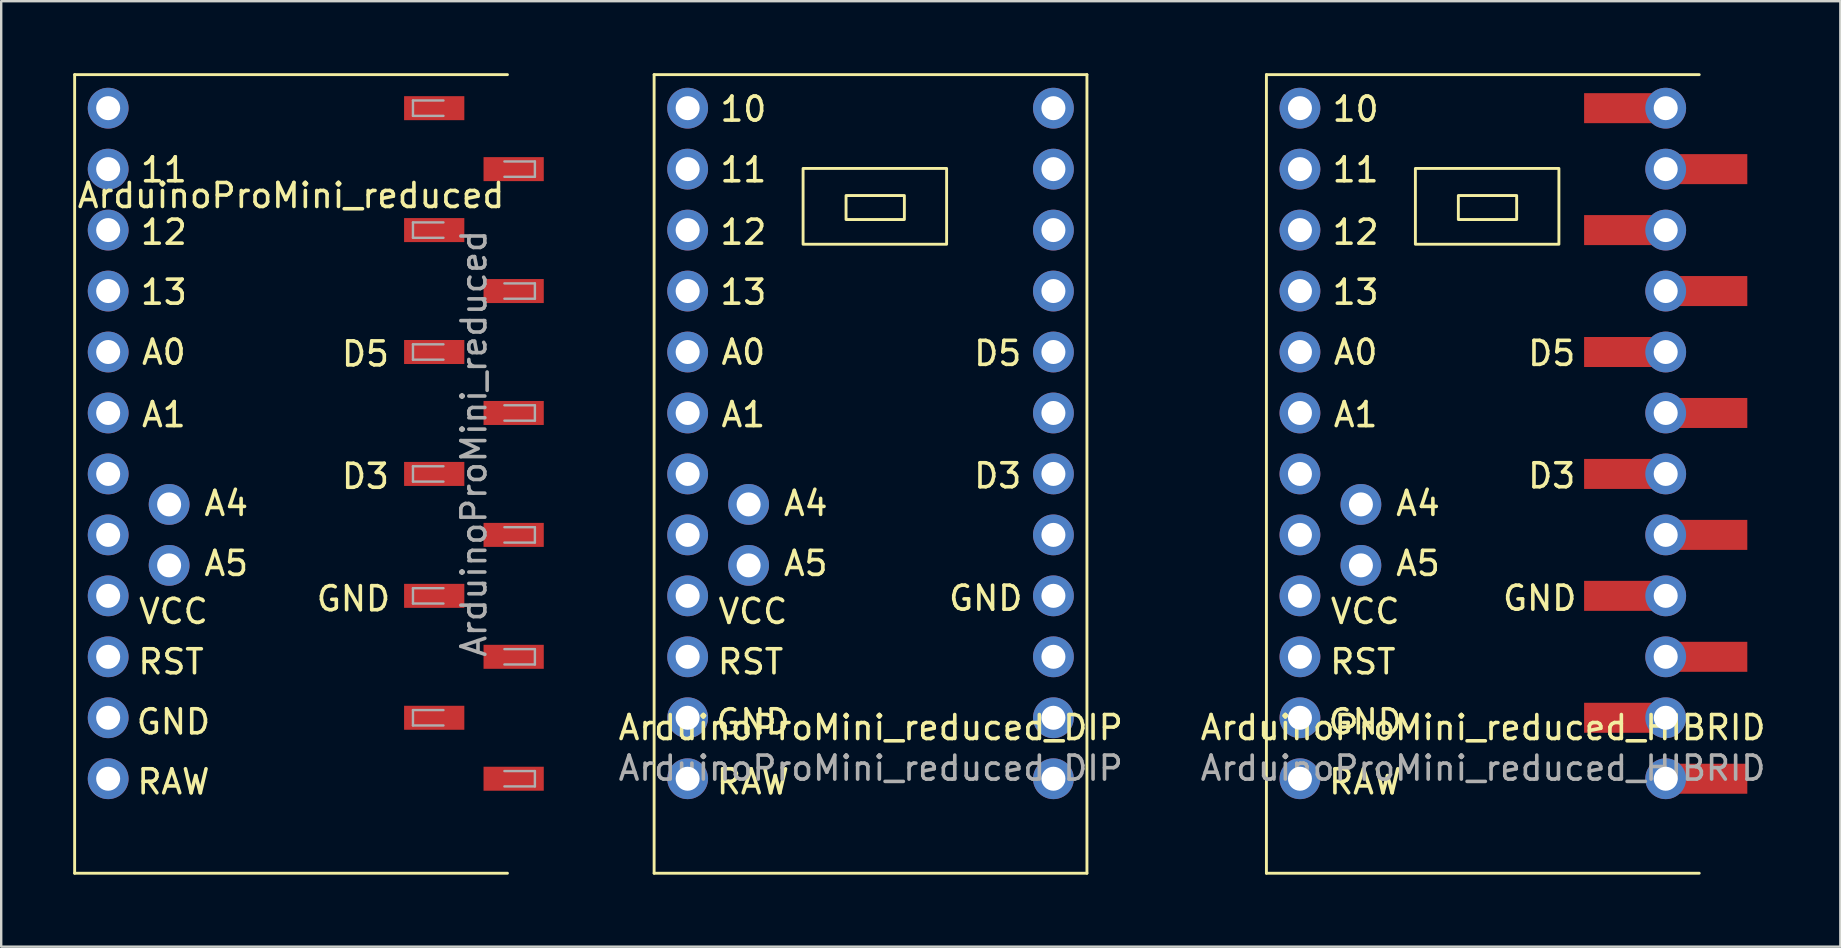
<source format=kicad_pcb>
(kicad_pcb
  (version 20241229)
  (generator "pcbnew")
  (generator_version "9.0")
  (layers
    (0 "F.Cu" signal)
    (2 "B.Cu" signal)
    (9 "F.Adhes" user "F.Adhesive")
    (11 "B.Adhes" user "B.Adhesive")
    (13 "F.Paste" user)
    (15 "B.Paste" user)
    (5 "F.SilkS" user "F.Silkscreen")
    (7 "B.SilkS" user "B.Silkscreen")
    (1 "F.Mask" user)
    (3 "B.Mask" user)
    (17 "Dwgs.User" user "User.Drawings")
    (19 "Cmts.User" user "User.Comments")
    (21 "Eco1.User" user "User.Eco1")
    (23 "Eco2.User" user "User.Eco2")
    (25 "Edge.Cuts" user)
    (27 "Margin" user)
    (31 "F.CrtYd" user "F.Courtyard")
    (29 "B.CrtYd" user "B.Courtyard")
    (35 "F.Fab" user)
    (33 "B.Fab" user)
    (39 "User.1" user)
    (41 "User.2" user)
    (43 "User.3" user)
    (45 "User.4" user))
  (footprint "ArduinoProMini_reduced_HIBRID"
    (layer "F.Cu")
    (at 58.734 16.697)
    (property "Reference" "ArduinoProMini_reduced_HIBRID" (at 0.01 10.57 0) (layer "F.SilkS") (effects (font (size 1 1) (thickness 0.15))))
    (attr smd)
    (fp_line (start -9.017 -16.637) (end -9.017 16.637) (stroke (width 0.12) (type solid)) (layer "F.SilkS"))
    (fp_line (start -9.017 -16.637) (end 9.017 -16.637) (stroke (width 0.12) (type solid)) (layer "F.SilkS"))
    (fp_line (start 9.017 16.637) (end -9.017 16.637) (stroke (width 0.12) (type solid)) (layer "F.SilkS"))
    (fp_rect (start -2.81 -12.73) (end 3.17 -9.57) (stroke (width 0.12) (type solid)) (fill no) (layer "F.SilkS"))
    (fp_rect (start -1.02 -11.6) (end 1.41 -10.6) (stroke (width 0.12) (type solid)) (fill no) (layer "F.SilkS"))
    (fp_text user "A1" (at -5.3 -2.47 0) (layer "F.SilkS") (effects (font (size 1 1) (thickness 0.15))))
    (fp_text user "GND" (at 2.37 5.18 0) (layer "F.SilkS") (effects (font (size 1 1) (thickness 0.15))))
    (fp_text user "A0" (at -5.3 -5.07 0) (layer "F.SilkS") (effects (font (size 1 1) (thickness 0.15))))
    (fp_text user "VCC" (at -4.9 5.73 0) (layer "F.SilkS") (effects (font (size 1 1) (thickness 0.15))))
    (fp_text user "10" (at -5.3 -15.2 0) (layer "F.SilkS") (effects (font (size 1 1) (thickness 0.15))))
    (fp_text user "12" (at -5.3 -10.07 0) (layer "F.SilkS") (effects (font (size 1 1) (thickness 0.15))))
    (fp_text user "RAW" (at -4.9 12.83 0) (layer "F.SilkS") (effects (font (size 1 1) (thickness 0.15))))
    (fp_text user "RST" (at -5 7.83 0) (layer "F.SilkS") (effects (font (size 1 1) (thickness 0.15))))
    (fp_text user "13" (at -5.3 -7.57 0) (layer "F.SilkS") (effects (font (size 1 1) (thickness 0.15))))
    (fp_text user "A5" (at -2.7 3.73 0) (layer "F.SilkS") (effects (font (size 1 1) (thickness 0.15))))
    (fp_text user "GND" (at -4.9 10.33 0) (layer "F.SilkS") (effects (font (size 1 1) (thickness 0.15))))
    (fp_text user "11" (at -5.3 -12.67 0) (layer "F.SilkS") (effects (font (size 1 1) (thickness 0.15))))
    (fp_text user "A4" (at -2.7 1.23 0) (layer "F.SilkS") (effects (font (size 1 1) (thickness 0.15))))
    (fp_text user "D3" (at 2.87 0.08 0) (layer "F.SilkS") (effects (font (size 1 1) (thickness 0.15))))
    (fp_text user "D5" (at 2.87 -5.02 0) (layer "F.SilkS") (effects (font (size 1 1) (thickness 0.15))))
    (fp_text user "${REFERENCE}" (at 0.01 12.26 0) (layer "F.Fab") (effects (font (size 1 1) (thickness 0.15))))
    (pad "1" thru_hole circle (at -7.62 -15.24) (size 1.7 1.7) (drill 1) (layers "*.Cu" "*.Mask"))
    (pad "2" thru_hole circle (at -7.62 -12.7) (size 1.7 1.7) (drill 1) (layers "*.Cu" "*.Mask"))
    (pad "3" thru_hole circle (at -7.62 -10.16) (size 1.7 1.7) (drill 1) (layers "*.Cu" "*.Mask"))
    (pad "4" thru_hole circle (at -7.62 -7.62) (size 1.7 1.7) (drill 1) (layers "*.Cu" "*.Mask"))
    (pad "5" thru_hole circle (at -7.62 -5.08) (size 1.7 1.7) (drill 1) (layers "*.Cu" "*.Mask"))
    (pad "6" thru_hole circle (at -7.62 -2.54) (size 1.7 1.7) (drill 1) (layers "*.Cu" "*.Mask"))
    (pad "7" thru_hole circle (at -7.62 0) (size 1.7 1.7) (drill 1) (layers "*.Cu" "*.Mask"))
    (pad "8" thru_hole circle (at -5.08 1.27) (size 1.7 1.7) (drill 1) (layers "*.Cu" "*.Mask"))
    (pad "9" thru_hole circle (at -7.62 2.54) (size 1.7 1.7) (drill 1) (layers "*.Cu" "*.Mask"))
    (pad "10" thru_hole circle (at -5.08 3.81) (size 1.7 1.7) (drill 1) (layers "*.Cu" "*.Mask"))
    (pad "11" thru_hole circle (at -7.62 5.08) (size 1.7 1.7) (drill 1) (layers "*.Cu" "*.Mask"))
    (pad "12" thru_hole circle (at -7.62 7.62) (size 1.7 1.7) (drill 1) (layers "*.Cu" "*.Mask"))
    (pad "13" thru_hole circle (at -7.62 10.16) (size 1.7 1.7) (drill 1) (layers "*.Cu" "*.Mask"))
    (pad "14" thru_hole circle (at -7.62 12.7) (size 1.7 1.7) (drill 1) (layers "*.Cu" "*.Mask"))
    (pad "15" smd rect (at 5.72 -15.24) (size 3 1.25) (layers "F.Cu" "F.Mask" "F.Paste"))
    (pad "15" thru_hole circle (at 7.62 -15.24) (size 1.7 1.7) (drill 1) (layers "*.Cu" "*.Mask"))
    (pad "16" thru_hole circle (at 7.62 -12.7) (size 1.7 1.7) (drill 1) (layers "*.Cu" "*.Mask"))
    (pad "16" smd rect (at 9.52 -12.7) (size 3 1.25) (layers "F.Cu" "F.Mask" "F.Paste"))
    (pad "17" smd rect (at 5.72 -10.16) (size 3 1.25) (layers "F.Cu" "F.Mask" "F.Paste"))
    (pad "17" thru_hole circle (at 7.62 -10.16) (size 1.7 1.7) (drill 1) (layers "*.Cu" "*.Mask"))
    (pad "18" thru_hole circle (at 7.62 -7.62) (size 1.7 1.7) (drill 1) (layers "*.Cu" "*.Mask"))
    (pad "18" smd rect (at 9.52 -7.62) (size 3 1.25) (layers "F.Cu" "F.Mask" "F.Paste"))
    (pad "19" smd rect (at 5.72 -5.08) (size 3 1.25) (layers "F.Cu" "F.Mask" "F.Paste"))
    (pad "19" thru_hole circle (at 7.62 -5.08) (size 1.7 1.7) (drill 1) (layers "*.Cu" "*.Mask"))
    (pad "20" thru_hole circle (at 7.62 -2.54) (size 1.7 1.7) (drill 1) (layers "*.Cu" "*.Mask"))
    (pad "20" smd rect (at 9.52 -2.54) (size 3 1.25) (layers "F.Cu" "F.Mask" "F.Paste"))
    (pad "21" smd rect (at 5.72 0) (size 3 1.25) (layers "F.Cu" "F.Mask" "F.Paste"))
    (pad "21" thru_hole circle (at 7.62 0 90) (size 1.7 1.7) (drill 1) (layers "*.Cu" "*.Mask"))
    (pad "22" thru_hole circle (at 7.62 2.54) (size 1.7 1.7) (drill 1) (layers "*.Cu" "*.Mask"))
    (pad "22" smd rect (at 9.52 2.54) (size 3 1.25) (layers "F.Cu" "F.Mask" "F.Paste"))
    (pad "23" smd rect (at 5.72 5.08) (size 3 1.25) (layers "F.Cu" "F.Mask" "F.Paste"))
    (pad "23" thru_hole circle (at 7.62 5.08) (size 1.7 1.7) (drill 1) (layers "*.Cu" "*.Mask"))
    (pad "24" thru_hole circle (at 7.62 7.62) (size 1.7 1.7) (drill 1) (layers "*.Cu" "*.Mask"))
    (pad "24" smd rect (at 9.52 7.62) (size 3 1.25) (layers "F.Cu" "F.Mask" "F.Paste"))
    (pad "25" smd rect (at 5.72 10.16) (size 3 1.25) (layers "F.Cu" "F.Mask" "F.Paste"))
    (pad "25" thru_hole circle (at 7.62 10.16) (size 1.7 1.7) (drill 1) (layers "*.Cu" "*.Mask"))
    (pad "26" thru_hole circle (at 7.62 12.7) (size 1.7 1.7) (drill 1) (layers "*.Cu" "*.Mask"))
    (pad "26" smd rect (at 9.52 12.7) (size 3 1.25) (layers "F.Cu" "F.Mask" "F.Paste")))
  (footprint "ArduinoProMini_reduced"
    (layer "F.Cu")
    (at 9.077 16.697)
    (property "Reference" "ArduinoProMini_reduced" (at 0 -11.6 0) (layer "F.SilkS") (effects (font (size 1 1) (thickness 0.15))))
    (attr smd)
    (fp_line (start -9.017 -16.637) (end -9.017 16.637) (stroke (width 0.12) (type solid)) (layer "F.SilkS"))
    (fp_line (start -9.017 -16.637) (end 9.017 -16.637) (stroke (width 0.12) (type solid)) (layer "F.SilkS"))
    (fp_line (start 9.017 16.637) (end -9.017 16.637) (stroke (width 0.12) (type solid)) (layer "F.SilkS"))
    (fp_line (start 5.08 -15.56) (end 5.08 -14.92) (stroke (width 0.1) (type solid)) (layer "F.Fab"))
    (fp_line (start 5.08 -14.92) (end 6.35 -14.92) (stroke (width 0.1) (type solid)) (layer "F.Fab"))
    (fp_line (start 5.08 -10.48) (end 5.08 -9.84) (stroke (width 0.1) (type solid)) (layer "F.Fab"))
    (fp_line (start 5.08 -9.84) (end 6.35 -9.84) (stroke (width 0.1) (type solid)) (layer "F.Fab"))
    (fp_line (start 5.08 -5.4) (end 5.08 -4.76) (stroke (width 0.1) (type solid)) (layer "F.Fab"))
    (fp_line (start 5.08 -4.76) (end 6.35 -4.76) (stroke (width 0.1) (type solid)) (layer "F.Fab"))
    (fp_line (start 5.08 -0.32) (end 5.08 0.32) (stroke (width 0.1) (type solid)) (layer "F.Fab"))
    (fp_line (start 5.08 0.32) (end 6.35 0.32) (stroke (width 0.1) (type solid)) (layer "F.Fab"))
    (fp_line (start 5.08 4.76) (end 5.08 5.4) (stroke (width 0.1) (type solid)) (layer "F.Fab"))
    (fp_line (start 5.08 5.4) (end 6.35 5.4) (stroke (width 0.1) (type solid)) (layer "F.Fab"))
    (fp_line (start 5.08 9.84) (end 5.08 10.48) (stroke (width 0.1) (type solid)) (layer "F.Fab"))
    (fp_line (start 5.08 10.48) (end 6.35 10.48) (stroke (width 0.1) (type solid)) (layer "F.Fab"))
    (fp_line (start 6.35 -15.56) (end 5.08 -15.56) (stroke (width 0.1) (type solid)) (layer "F.Fab"))
    (fp_line (start 6.35 -10.48) (end 5.08 -10.48) (stroke (width 0.1) (type solid)) (layer "F.Fab"))
    (fp_line (start 6.35 -5.4) (end 5.08 -5.4) (stroke (width 0.1) (type solid)) (layer "F.Fab"))
    (fp_line (start 6.35 -0.32) (end 5.08 -0.32) (stroke (width 0.1) (type solid)) (layer "F.Fab"))
    (fp_line (start 6.35 4.76) (end 5.08 4.76) (stroke (width 0.1) (type solid)) (layer "F.Fab"))
    (fp_line (start 6.35 9.84) (end 5.08 9.84) (stroke (width 0.1) (type solid)) (layer "F.Fab"))
    (fp_line (start 8.89 -13.02) (end 10.16 -13.02) (stroke (width 0.1) (type solid)) (layer "F.Fab"))
    (fp_line (start 8.89 -7.94) (end 10.16 -7.94) (stroke (width 0.1) (type solid)) (layer "F.Fab"))
    (fp_line (start 8.89 -2.86) (end 10.16 -2.86) (stroke (width 0.1) (type solid)) (layer "F.Fab"))
    (fp_line (start 8.89 2.22) (end 10.16 2.22) (stroke (width 0.1) (type solid)) (layer "F.Fab"))
    (fp_line (start 8.89 7.3) (end 10.16 7.3) (stroke (width 0.1) (type solid)) (layer "F.Fab"))
    (fp_line (start 8.89 12.38) (end 10.16 12.38) (stroke (width 0.1) (type solid)) (layer "F.Fab"))
    (fp_line (start 10.16 -13.02) (end 10.16 -12.38) (stroke (width 0.1) (type solid)) (layer "F.Fab"))
    (fp_line (start 10.16 -12.38) (end 8.89 -12.38) (stroke (width 0.1) (type solid)) (layer "F.Fab"))
    (fp_line (start 10.16 -7.94) (end 10.16 -7.3) (stroke (width 0.1) (type solid)) (layer "F.Fab"))
    (fp_line (start 10.16 -7.3) (end 8.89 -7.3) (stroke (width 0.1) (type solid)) (layer "F.Fab"))
    (fp_line (start 10.16 -2.86) (end 10.16 -2.22) (stroke (width 0.1) (type solid)) (layer "F.Fab"))
    (fp_line (start 10.16 -2.22) (end 8.89 -2.22) (stroke (width 0.1) (type solid)) (layer "F.Fab"))
    (fp_line (start 10.16 2.22) (end 10.16 2.86) (stroke (width 0.1) (type solid)) (layer "F.Fab"))
    (fp_line (start 10.16 2.86) (end 8.89 2.86) (stroke (width 0.1) (type solid)) (layer "F.Fab"))
    (fp_line (start 10.16 7.3) (end 10.16 7.94) (stroke (width 0.1) (type solid)) (layer "F.Fab"))
    (fp_line (start 10.16 7.94) (end 8.89 7.94) (stroke (width 0.1) (type solid)) (layer "F.Fab"))
    (fp_line (start 10.16 12.38) (end 10.16 13.02) (stroke (width 0.1) (type solid)) (layer "F.Fab"))
    (fp_line (start 10.16 13.02) (end 8.89 13.02) (stroke (width 0.1) (type solid)) (layer "F.Fab"))
    (fp_text user "RST" (at -5 7.83 0) (layer "F.SilkS") (effects (font (size 1 1) (thickness 0.15))))
    (fp_text user "GND" (at 2.6 5.2 0) (layer "F.SilkS") (effects (font (size 1 1) (thickness 0.15))))
    (fp_text user "A0" (at -5.3 -5.07 0) (layer "F.SilkS") (effects (font (size 1 1) (thickness 0.15))))
    (fp_text user "GND" (at -4.9 10.33 0) (layer "F.SilkS") (effects (font (size 1 1) (thickness 0.15))))
    (fp_text user "RAW" (at -4.9 12.83 0) (layer "F.SilkS") (effects (font (size 1 1) (thickness 0.15))))
    (fp_text user "12" (at -5.3 -10.07 0) (layer "F.SilkS") (effects (font (size 1 1) (thickness 0.15))))
    (fp_text user "A5" (at -2.7 3.73 0) (layer "F.SilkS") (effects (font (size 1 1) (thickness 0.15))))
    (fp_text user "13" (at -5.3 -7.57 0) (layer "F.SilkS") (effects (font (size 1 1) (thickness 0.15))))
    (fp_text user "A4" (at -2.7 1.23 0) (layer "F.SilkS") (effects (font (size 1 1) (thickness 0.15))))
    (fp_text user "11" (at -5.3 -12.67 0) (layer "F.SilkS") (effects (font (size 1 1) (thickness 0.15))))
    (fp_text user "D3" (at 3.1 0.1 0) (layer "F.SilkS") (effects (font (size 1 1) (thickness 0.15))))
    (fp_text user "VCC" (at -4.9 5.73 0) (layer "F.SilkS") (effects (font (size 1 1) (thickness 0.15))))
    (fp_text user "A1" (at -5.3 -2.47 0) (layer "F.SilkS") (effects (font (size 1 1) (thickness 0.15))))
    (fp_text user "D5" (at 3.1 -5 0) (layer "F.SilkS") (effects (font (size 1 1) (thickness 0.15))))
    (fp_text user "${REFERENCE}" (at 7.62 -1.27 90) (layer "F.Fab") (effects (font (size 1 1) (thickness 0.15))))
    (pad "1" smd rect (at 5.965 0) (size 2.51 1) (layers "F.Cu" "F.Mask" "F.Paste"))
    (pad "2" smd rect (at 9.275 -2.54) (size 2.51 1) (layers "F.Cu" "F.Mask" "F.Paste"))
    (pad "9" smd rect (at 5.965 -5.08) (size 2.51 1) (layers "F.Cu" "F.Mask" "F.Paste"))
    (pad "10" smd rect (at 9.275 -7.62) (size 2.51 1) (layers "F.Cu" "F.Mask" "F.Paste"))
    (pad "11" smd rect (at 5.965 -10.16) (size 2.51 1) (layers "F.Cu" "F.Mask" "F.Paste"))
    (pad "12" smd rect (at 9.275 -12.7) (size 2.51 1) (layers "F.Cu" "F.Mask" "F.Paste"))
    (pad "13" smd rect (at 5.965 -15.24) (size 2.51 1) (layers "F.Cu" "F.Mask" "F.Paste"))
    (pad "14" thru_hole circle (at -7.62 -15.24) (size 1.7 1.7) (drill 1) (layers "*.Cu" "*.Mask"))
    (pad "15" thru_hole circle (at -7.62 -12.7) (size 1.7 1.7) (drill 1) (layers "*.Cu" "*.Mask"))
    (pad "16" thru_hole circle (at -7.62 -10.16) (size 1.7 1.7) (drill 1) (layers "*.Cu" "*.Mask"))
    (pad "17" thru_hole circle (at -7.62 -7.62) (size 1.7 1.7) (drill 1) (layers "*.Cu" "*.Mask"))
    (pad "23" thru_hole circle (at -7.62 -5.08) (size 1.7 1.7) (drill 1) (layers "*.Cu" "*.Mask"))
    (pad "24" thru_hole circle (at -7.62 -2.54) (size 1.7 1.7) (drill 1) (layers "*.Cu" "*.Mask"))
    (pad "25" thru_hole circle (at -7.62 0) (size 1.7 1.7) (drill 1) (layers "*.Cu" "*.Mask"))
    (pad "26" thru_hole circle (at -7.62 2.54) (size 1.7 1.7) (drill 1) (layers "*.Cu" "*.Mask"))
    (pad "27" thru_hole circle (at -5.08 1.27) (size 1.7 1.7) (drill 1) (layers "*.Cu" "*.Mask"))
    (pad "28" thru_hole circle (at -5.08 3.81) (size 1.7 1.7) (drill 1) (layers "*.Cu" "*.Mask"))
    (pad "29" smd rect (at 9.275 7.62) (size 2.51 1) (layers "F.Cu" "F.Mask" "F.Paste"))
    (pad "30" smd rect (at 5.965 10.16) (size 2.51 1) (layers "F.Cu" "F.Mask" "F.Paste"))
    (pad "31" smd rect (at 9.275 12.7) (size 2.51 1) (layers "F.Cu" "F.Mask" "F.Paste"))
    (pad "32" smd rect (at 9.275 2.54) (size 2.51 1) (layers "F.Cu" "F.Mask" "F.Paste"))
    (pad "292" thru_hole circle (at -7.62 7.62) (size 1.7 1.7) (drill 1) (layers "*.Cu" "*.Mask"))
    (pad "401" thru_hole circle (at -7.62 5.08) (size 1.7 1.7) (drill 1) (layers "*.Cu" "*.Mask"))
    (pad "501" smd rect (at 5.965 5.08) (size 2.51 1) (layers "F.Cu" "F.Mask" "F.Paste"))
    (pad "504" thru_hole circle (at -7.62 10.16) (size 1.7 1.7) (drill 1) (layers "*.Cu" "*.Mask"))
    (pad "600" thru_hole circle (at -7.62 12.7) (size 1.7 1.7) (drill 1) (layers "*.Cu" "*.Mask")))
  (footprint "ArduinoProMini_reduced_DIP"
    (layer "F.Cu")
    (at 33.222 16.697)
    (property "Reference" "ArduinoProMini_reduced_DIP" (at 0.01 10.57 0) (layer "F.SilkS") (effects (font (size 1 1) (thickness 0.15))))
    (attr smd)
    (fp_line (start -9.017 -16.637) (end -9.017 16.637) (stroke (width 0.12) (type solid)) (layer "F.SilkS"))
    (fp_line (start -9.017 -16.637) (end 9.017 -16.637) (stroke (width 0.12) (type solid)) (layer "F.SilkS"))
    (fp_line (start 9.017 16.637) (end -9.017 16.637) (stroke (width 0.12) (type solid)) (layer "F.SilkS"))
    (fp_line (start 9.017 16.637) (end 9.017 -16.637) (stroke (width 0.12) (type solid)) (layer "F.SilkS"))
    (fp_rect (start -2.81 -12.73) (end 3.17 -9.57) (stroke (width 0.12) (type solid)) (fill no) (layer "F.SilkS"))
    (fp_rect (start -1.02 -11.6) (end 1.41 -10.6) (stroke (width 0.12) (type solid)) (fill no) (layer "F.SilkS"))
    (fp_text user "A5" (at -2.7 3.73 0) (layer "F.SilkS") (effects (font (size 1 1) (thickness 0.15))))
    (fp_text user "D3" (at 5.3 0.08 0) (layer "F.SilkS") (effects (font (size 1 1) (thickness 0.15))))
    (fp_text user "11" (at -5.3 -12.67 0) (layer "F.SilkS") (effects (font (size 1 1) (thickness 0.15))))
    (fp_text user "GND" (at 4.8 5.18 0) (layer "F.SilkS") (effects (font (size 1 1) (thickness 0.15))))
    (fp_text user "A0" (at -5.3 -5.07 0) (layer "F.SilkS") (effects (font (size 1 1) (thickness 0.15))))
    (fp_text user "A4" (at -2.7 1.23 0) (layer "F.SilkS") (effects (font (size 1 1) (thickness 0.15))))
    (fp_text user "13" (at -5.3 -7.57 0) (layer "F.SilkS") (effects (font (size 1 1) (thickness 0.15))))
    (fp_text user "VCC" (at -4.9 5.73 0) (layer "F.SilkS") (effects (font (size 1 1) (thickness 0.15))))
    (fp_text user "GND" (at -4.9 10.33 0) (layer "F.SilkS") (effects (font (size 1 1) (thickness 0.15))))
    (fp_text user "D5" (at 5.3 -5.02 0) (layer "F.SilkS") (effects (font (size 1 1) (thickness 0.15))))
    (fp_text user "RAW" (at -4.9 12.83 0) (layer "F.SilkS") (effects (font (size 1 1) (thickness 0.15))))
    (fp_text user "A1" (at -5.3 -2.47 0) (layer "F.SilkS") (effects (font (size 1 1) (thickness 0.15))))
    (fp_text user "10" (at -5.3 -15.2 0) (layer "F.SilkS") (effects (font (size 1 1) (thickness 0.15))))
    (fp_text user "RST" (at -5 7.83 0) (layer "F.SilkS") (effects (font (size 1 1) (thickness 0.15))))
    (fp_text user "12" (at -5.3 -10.07 0) (layer "F.SilkS") (effects (font (size 1 1) (thickness 0.15))))
    (fp_text user "${REFERENCE}" (at 0.01 12.26 0) (layer "F.Fab") (effects (font (size 1 1) (thickness 0.15))))
    (pad "1" thru_hole circle (at -7.62 -15.24) (size 1.7 1.7) (drill 1) (layers "*.Cu" "*.Mask"))
    (pad "2" thru_hole circle (at -7.62 -12.7) (size 1.7 1.7) (drill 1) (layers "*.Cu" "*.Mask"))
    (pad "3" thru_hole circle (at -7.62 -10.16) (size 1.7 1.7) (drill 1) (layers "*.Cu" "*.Mask"))
    (pad "4" thru_hole circle (at -7.62 -7.62) (size 1.7 1.7) (drill 1) (layers "*.Cu" "*.Mask"))
    (pad "5" thru_hole circle (at -7.62 -5.08) (size 1.7 1.7) (drill 1) (layers "*.Cu" "*.Mask"))
    (pad "6" thru_hole circle (at -7.62 -2.54) (size 1.7 1.7) (drill 1) (layers "*.Cu" "*.Mask"))
    (pad "7" thru_hole circle (at -7.62 0) (size 1.7 1.7) (drill 1) (layers "*.Cu" "*.Mask"))
    (pad "8" thru_hole circle (at -5.08 1.27) (size 1.7 1.7) (drill 1) (layers "*.Cu" "*.Mask"))
    (pad "9" thru_hole circle (at -7.62 2.54) (size 1.7 1.7) (drill 1) (layers "*.Cu" "*.Mask"))
    (pad "10" thru_hole circle (at -5.08 3.81) (size 1.7 1.7) (drill 1) (layers "*.Cu" "*.Mask"))
    (pad "11" thru_hole circle (at -7.62 5.08) (size 1.7 1.7) (drill 1) (layers "*.Cu" "*.Mask"))
    (pad "12" thru_hole circle (at -7.62 7.62) (size 1.7 1.7) (drill 1) (layers "*.Cu" "*.Mask"))
    (pad "13" thru_hole circle (at -7.62 10.16) (size 1.7 1.7) (drill 1) (layers "*.Cu" "*.Mask"))
    (pad "14" thru_hole circle (at -7.62 12.7) (size 1.7 1.7) (drill 1) (layers "*.Cu" "*.Mask"))
    (pad "15" thru_hole circle (at 7.62 -15.24) (size 1.7 1.7) (drill 1) (layers "*.Cu" "*.Mask"))
    (pad "16" thru_hole circle (at 7.62 -12.7) (size 1.7 1.7) (drill 1) (layers "*.Cu" "*.Mask"))
    (pad "17" thru_hole circle (at 7.62 -10.16) (size 1.7 1.7) (drill 1) (layers "*.Cu" "*.Mask"))
    (pad "18" thru_hole circle (at 7.62 -7.62) (size 1.7 1.7) (drill 1) (layers "*.Cu" "*.Mask"))
    (pad "19" thru_hole circle (at 7.62 -5.08) (size 1.7 1.7) (drill 1) (layers "*.Cu" "*.Mask"))
    (pad "20" thru_hole circle (at 7.62 -2.54) (size 1.7 1.7) (drill 1) (layers "*.Cu" "*.Mask"))
    (pad "21" thru_hole circle (at 7.62 0 90) (size 1.7 1.7) (drill 1) (layers "*.Cu" "*.Mask"))
    (pad "22" thru_hole circle (at 7.62 2.54) (size 1.7 1.7) (drill 1) (layers "*.Cu" "*.Mask"))
    (pad "23" thru_hole circle (at 7.62 5.08) (size 1.7 1.7) (drill 1) (layers "*.Cu" "*.Mask"))
    (pad "24" thru_hole circle (at 7.62 7.62) (size 1.7 1.7) (drill 1) (layers "*.Cu" "*.Mask"))
    (pad "25" thru_hole circle (at 7.62 10.16) (size 1.7 1.7) (drill 1) (layers "*.Cu" "*.Mask"))
    (pad "26" thru_hole circle (at 7.62 12.7) (size 1.7 1.7) (drill 1) (layers "*.Cu" "*.Mask")))
  (gr_rect
    (start -3 -3)
    (end 73.631 36.394)
    (stroke (width 0.1) (type default))
    (fill no)
    (layer "Edge.Cuts")))
</source>
